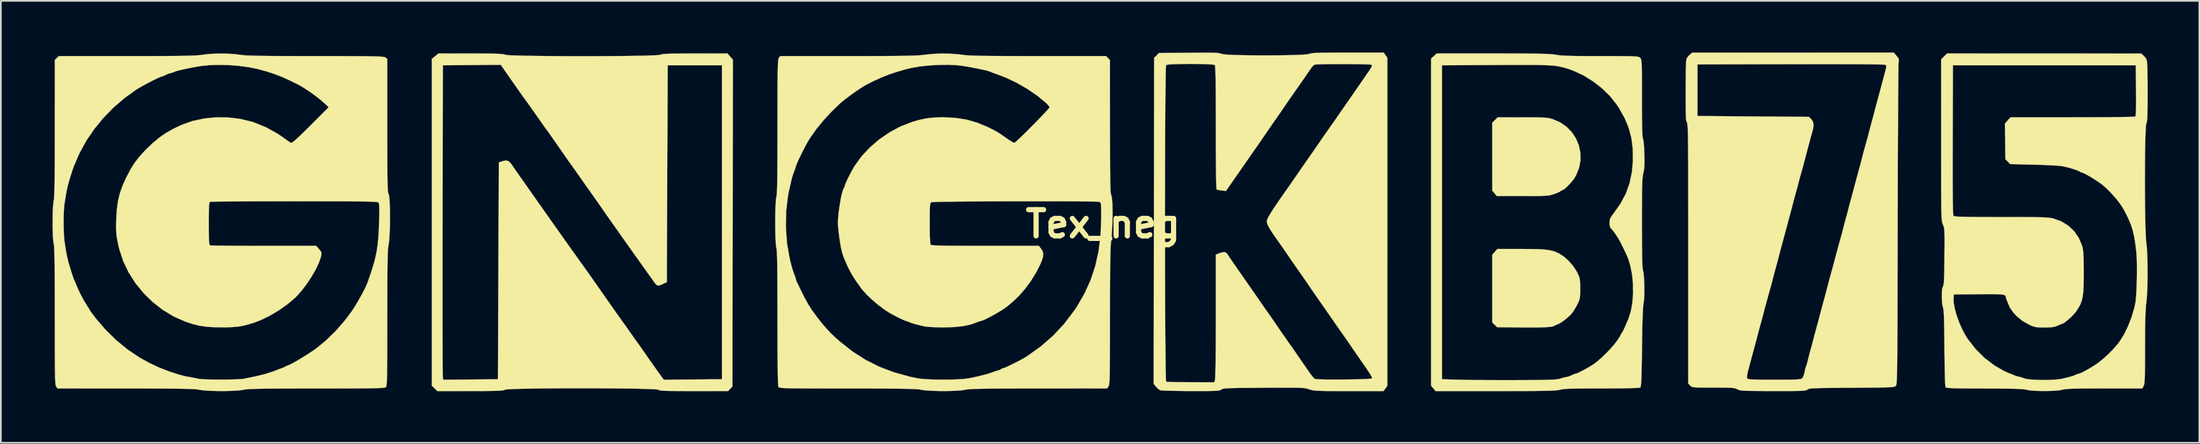
<source format=kicad_pcb>
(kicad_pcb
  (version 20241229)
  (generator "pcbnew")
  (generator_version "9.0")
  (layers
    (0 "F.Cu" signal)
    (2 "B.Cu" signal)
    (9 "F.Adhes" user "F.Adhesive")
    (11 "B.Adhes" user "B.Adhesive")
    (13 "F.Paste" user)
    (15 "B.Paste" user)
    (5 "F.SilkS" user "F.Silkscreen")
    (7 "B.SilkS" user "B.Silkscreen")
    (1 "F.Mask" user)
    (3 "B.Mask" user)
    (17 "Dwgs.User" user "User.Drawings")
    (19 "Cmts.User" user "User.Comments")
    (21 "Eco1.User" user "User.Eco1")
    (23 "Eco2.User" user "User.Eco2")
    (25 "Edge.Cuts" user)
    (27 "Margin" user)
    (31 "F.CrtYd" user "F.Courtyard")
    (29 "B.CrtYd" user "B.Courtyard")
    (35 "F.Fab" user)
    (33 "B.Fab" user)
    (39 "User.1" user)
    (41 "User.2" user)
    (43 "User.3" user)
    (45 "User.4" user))
  (footprint "Tex_neg"
    (layer "F.Cu")
    (at 60.99 9.962)
    (property "Reference" "Tex_neg" (at 0 0 0) (layer "F.SilkS") (effects (font (size 1.524 1.524) (thickness 0.3))))
    (attr through_hole)
    (fp_poly (pts (xy 24.35 -6.197) (xy 24.778 -6.196) (xy 25.119 -6.194) (xy 25.386 -6.189) (xy 25.593 -6.18) (xy 25.753 -6.168) (xy 25.881 -6.151) (xy 25.99 -6.128) (xy 26.094 -6.098) (xy 26.102 -6.096) (xy 26.538 -5.91) (xy 26.913 -5.653) (xy 27.223 -5.336) (xy 27.463 -4.971) (xy 27.631 -4.569) (xy 27.72 -4.144) (xy 27.726 -3.706) (xy 27.646 -3.267) (xy 27.475 -2.84) (xy 27.368 -2.657) (xy 27.27 -2.524) (xy 27.14 -2.372) (xy 26.997 -2.222) (xy 26.862 -2.093) (xy 26.755 -2.007) (xy 26.7 -1.981) (xy 26.626 -1.951) (xy 26.572 -1.912) (xy 26.484 -1.859) (xy 26.333 -1.793) (xy 26.174 -1.734) (xy 26.076 -1.702) (xy 25.979 -1.678) (xy 25.868 -1.659) (xy 25.731 -1.645) (xy 25.555 -1.636) (xy 25.325 -1.63) (xy 25.029 -1.627) (xy 24.654 -1.626) (xy 24.363 -1.626) (xy 22.869 -1.626) (xy 22.738 -1.782) (xy 22.606 -1.938) (xy 22.606 -5.885) (xy 22.762 -6.041) (xy 22.919 -6.198) (xy 24.35 -6.197)) (stroke (width 0.01) (type solid)) (fill yes) (layer "F.SilkS"))
    (fp_poly (pts (xy 24.744 1.45) (xy 25.134 1.456) (xy 25.451 1.469) (xy 25.709 1.49) (xy 25.922 1.52) (xy 26.104 1.562) (xy 26.268 1.617) (xy 26.43 1.687) (xy 26.489 1.716) (xy 26.752 1.884) (xy 27.02 2.122) (xy 27.269 2.402) (xy 27.472 2.698) (xy 27.537 2.819) (xy 27.612 2.979) (xy 27.661 3.108) (xy 27.69 3.235) (xy 27.704 3.39) (xy 27.709 3.602) (xy 27.709 3.759) (xy 27.707 4.017) (xy 27.698 4.2) (xy 27.678 4.338) (xy 27.642 4.458) (xy 27.584 4.587) (xy 27.547 4.661) (xy 27.442 4.856) (xy 27.329 5.042) (xy 27.248 5.16) (xy 27.12 5.301) (xy 26.947 5.458) (xy 26.757 5.61) (xy 26.577 5.734) (xy 26.434 5.809) (xy 26.416 5.816) (xy 26.294 5.864) (xy 26.226 5.904) (xy 26.154 5.938) (xy 26.027 5.965) (xy 25.837 5.986) (xy 25.577 5.999) (xy 25.239 6.007) (xy 24.816 6.01) (xy 24.299 6.007) (xy 24.233 6.006) (xy 22.889 5.993) (xy 22.748 5.857) (xy 22.606 5.721) (xy 22.606 1.78) (xy 22.754 1.614) (xy 22.902 1.448) (xy 24.266 1.448) (xy 24.744 1.45)) (stroke (width 0.01) (type solid)) (fill yes) (layer "F.SilkS"))
    (fp_poly (pts (xy 23.323 -9.906) (xy 23.913 -9.904) (xy 24.418 -9.902) (xy 24.844 -9.899) (xy 25.2 -9.894) (xy 25.494 -9.888) (xy 25.733 -9.88) (xy 25.925 -9.871) (xy 26.078 -9.859) (xy 26.2 -9.846) (xy 26.297 -9.83) (xy 26.421 -9.81) (xy 26.572 -9.794) (xy 26.763 -9.781) (xy 27.001 -9.771) (xy 27.297 -9.763) (xy 27.662 -9.758) (xy 28.104 -9.755) (xy 28.633 -9.754) (xy 28.892 -9.754) (xy 29.423 -9.753) (xy 29.861 -9.753) (xy 30.215 -9.751) (xy 30.497 -9.748) (xy 30.714 -9.743) (xy 30.876 -9.736) (xy 30.993 -9.726) (xy 31.073 -9.713) (xy 31.127 -9.697) (xy 31.163 -9.677) (xy 31.191 -9.653) (xy 31.191 -9.652) (xy 31.215 -9.625) (xy 31.236 -9.589) (xy 31.252 -9.537) (xy 31.265 -9.458) (xy 31.275 -9.343) (xy 31.282 -9.184) (xy 31.287 -8.971) (xy 31.29 -8.694) (xy 31.292 -8.344) (xy 31.293 -7.913) (xy 31.293 -7.391) (xy 31.293 -7.312) (xy 31.294 -6.719) (xy 31.296 -6.222) (xy 31.301 -5.816) (xy 31.308 -5.495) (xy 31.318 -5.254) (xy 31.329 -5.087) (xy 31.344 -4.989) (xy 31.352 -4.962) (xy 31.377 -4.869) (xy 31.399 -4.69) (xy 31.418 -4.444) (xy 31.432 -4.147) (xy 31.435 -4.064) (xy 31.442 -3.72) (xy 31.44 -3.456) (xy 31.427 -3.248) (xy 31.402 -3.075) (xy 31.375 -2.955) (xy 31.356 -2.869) (xy 31.34 -2.767) (xy 31.327 -2.639) (xy 31.317 -2.476) (xy 31.309 -2.269) (xy 31.302 -2.009) (xy 31.298 -1.687) (xy 31.295 -1.294) (xy 31.293 -0.82) (xy 31.293 -0.256) (xy 31.293 -0.05) (xy 31.294 0.617) (xy 31.297 1.185) (xy 31.302 1.657) (xy 31.309 2.037) (xy 31.318 2.326) (xy 31.329 2.529) (xy 31.342 2.648) (xy 31.35 2.676) (xy 31.38 2.806) (xy 31.404 3.012) (xy 31.421 3.273) (xy 31.432 3.564) (xy 31.435 3.862) (xy 31.431 4.142) (xy 31.418 4.381) (xy 31.395 4.555) (xy 31.392 4.572) (xy 31.373 4.697) (xy 31.356 4.904) (xy 31.341 5.197) (xy 31.327 5.579) (xy 31.315 6.052) (xy 31.305 6.622) (xy 31.297 7.152) (xy 31.29 7.705) (xy 31.282 8.164) (xy 31.275 8.539) (xy 31.267 8.838) (xy 31.258 9.069) (xy 31.248 9.24) (xy 31.236 9.361) (xy 31.222 9.439) (xy 31.206 9.484) (xy 31.191 9.501) (xy 31.123 9.512) (xy 30.962 9.522) (xy 30.716 9.531) (xy 30.394 9.538) (xy 30.004 9.544) (xy 29.555 9.548) (xy 29.055 9.55) (xy 28.951 9.55) (xy 28.402 9.55) (xy 27.944 9.552) (xy 27.569 9.556) (xy 27.267 9.562) (xy 27.03 9.57) (xy 26.846 9.58) (xy 26.708 9.593) (xy 26.605 9.609) (xy 26.538 9.626) (xy 26.476 9.641) (xy 26.39 9.654) (xy 26.273 9.665) (xy 26.118 9.675) (xy 25.919 9.682) (xy 25.667 9.688) (xy 25.355 9.693) (xy 24.977 9.697) (xy 24.524 9.699) (xy 23.99 9.701) (xy 23.368 9.702) (xy 22.801 9.702) (xy 19.313 9.703) (xy 19.182 9.547) (xy 19.05 9.39) (xy 19.05 -9.22) (xy 19.685 -9.22) (xy 19.685 9.017) (xy 20.777 9.047) (xy 21.073 9.053) (xy 21.452 9.059) (xy 21.896 9.063) (xy 22.387 9.066) (xy 22.908 9.068) (xy 23.439 9.069) (xy 23.963 9.068) (xy 24.105 9.067) (xy 24.652 9.065) (xy 25.108 9.061) (xy 25.481 9.057) (xy 25.781 9.051) (xy 26.018 9.044) (xy 26.201 9.034) (xy 26.34 9.022) (xy 26.444 9.007) (xy 26.523 8.989) (xy 26.568 8.975) (xy 26.727 8.924) (xy 26.861 8.893) (xy 26.899 8.889) (xy 27.007 8.866) (xy 27.154 8.811) (xy 27.203 8.788) (xy 27.34 8.728) (xy 27.441 8.692) (xy 27.463 8.689) (xy 27.544 8.663) (xy 27.689 8.596) (xy 27.876 8.5) (xy 28.084 8.386) (xy 28.289 8.266) (xy 28.471 8.153) (xy 28.484 8.144) (xy 28.699 7.982) (xy 28.952 7.761) (xy 29.218 7.505) (xy 29.474 7.237) (xy 29.697 6.981) (xy 29.858 6.768) (xy 29.962 6.611) (xy 30.038 6.487) (xy 30.073 6.42) (xy 30.074 6.416) (xy 30.102 6.354) (xy 30.14 6.303) (xy 30.178 6.248) (xy 30.226 6.156) (xy 30.292 6.014) (xy 30.382 5.807) (xy 30.504 5.52) (xy 30.507 5.512) (xy 30.648 5.076) (xy 30.739 4.575) (xy 30.781 4.032) (xy 30.775 3.472) (xy 30.719 2.917) (xy 30.614 2.391) (xy 30.494 2.007) (xy 30.438 1.872) (xy 30.35 1.678) (xy 30.243 1.454) (xy 30.133 1.229) (xy 30.033 1.032) (xy 29.958 0.892) (xy 29.946 0.872) (xy 29.754 0.574) (xy 29.602 0.37) (xy 29.521 0.284) (xy 29.449 0.189) (xy 29.418 0.052) (xy 29.413 -0.064) (xy 29.42 -0.204) (xy 29.451 -0.319) (xy 29.52 -0.441) (xy 29.64 -0.604) (xy 29.658 -0.628) (xy 30.058 -1.197) (xy 30.363 -1.775) (xy 30.579 -2.377) (xy 30.713 -3.02) (xy 30.769 -3.658) (xy 30.763 -4.347) (xy 30.685 -4.98) (xy 30.529 -5.576) (xy 30.291 -6.154) (xy 29.963 -6.736) (xy 29.816 -6.958) (xy 29.437 -7.434) (xy 28.978 -7.882) (xy 28.458 -8.286) (xy 27.9 -8.631) (xy 27.322 -8.901) (xy 27.102 -8.981) (xy 26.94 -9.034) (xy 26.791 -9.08) (xy 26.646 -9.119) (xy 26.497 -9.151) (xy 26.334 -9.178) (xy 26.149 -9.199) (xy 25.933 -9.215) (xy 25.677 -9.227) (xy 25.371 -9.235) (xy 25.009 -9.239) (xy 24.579 -9.241) (xy 24.074 -9.241) (xy 23.485 -9.239) (xy 22.835 -9.236) (xy 19.685 -9.22) (xy 19.05 -9.22) (xy 19.05 -9.607) (xy 19.214 -9.756) (xy 19.377 -9.906) (xy 22.638 -9.906) (xy 23.323 -9.906)) (stroke (width 0.01) (type solid)) (fill yes) (layer "F.SilkS"))
    (fp_poly (pts (xy -36.704 -9.904) (xy -36.198 -9.903) (xy -35.785 -9.901) (xy -35.454 -9.896) (xy -35.196 -9.89) (xy -35.002 -9.881) (xy -34.863 -9.869) (xy -34.768 -9.854) (xy -34.709 -9.836) (xy -34.696 -9.83) (xy -34.622 -9.816) (xy -34.454 -9.803) (xy -34.204 -9.792) (xy -33.879 -9.782) (xy -33.488 -9.773) (xy -33.042 -9.766) (xy -32.549 -9.76) (xy -32.018 -9.755) (xy -31.459 -9.751) (xy -30.88 -9.749) (xy -30.29 -9.748) (xy -29.699 -9.749) (xy -29.115 -9.751) (xy -28.549 -9.754) (xy -28.008 -9.758) (xy -27.503 -9.764) (xy -27.042 -9.771) (xy -26.634 -9.779) (xy -26.288 -9.789) (xy -26.014 -9.8) (xy -25.821 -9.812) (xy -25.717 -9.825) (xy -25.705 -9.83) (xy -25.654 -9.849) (xy -25.571 -9.865) (xy -25.446 -9.878) (xy -25.269 -9.887) (xy -25.032 -9.895) (xy -24.724 -9.899) (xy -24.336 -9.902) (xy -23.86 -9.904) (xy -23.691 -9.904) (xy -21.804 -9.906) (xy -21.488 -9.546) (xy -21.501 -0.056) (xy -21.514 9.433) (xy -21.641 9.567) (xy -21.768 9.701) (xy -23.755 9.702) (xy -24.266 9.702) (xy -24.684 9.7) (xy -25.019 9.697) (xy -25.281 9.693) (xy -25.477 9.686) (xy -25.619 9.676) (xy -25.714 9.664) (xy -25.773 9.649) (xy -25.804 9.63) (xy -25.806 9.627) (xy -25.868 9.612) (xy -26.023 9.599) (xy -26.261 9.587) (xy -26.574 9.577) (xy -26.952 9.567) (xy -27.387 9.559) (xy -27.869 9.553) (xy -28.39 9.548) (xy -28.941 9.544) (xy -29.512 9.542) (xy -30.095 9.54) (xy -30.681 9.541) (xy -31.26 9.542) (xy -31.824 9.545) (xy -32.364 9.549) (xy -32.87 9.555) (xy -33.333 9.562) (xy -33.746 9.57) (xy -34.098 9.58) (xy -34.38 9.591) (xy -34.585 9.604) (xy -34.702 9.617) (xy -34.725 9.625) (xy -34.765 9.645) (xy -34.834 9.661) (xy -34.941 9.673) (xy -35.096 9.683) (xy -35.309 9.691) (xy -35.588 9.696) (xy -35.944 9.699) (xy -36.385 9.701) (xy -36.737 9.701) (xy -38.651 9.703) (xy -38.807 9.546) (xy -38.964 9.39) (xy -38.964 3.421) (xy -38.346 3.421) (xy -38.346 4.234) (xy -38.345 5.001) (xy -38.345 5.715) (xy -38.344 6.371) (xy -38.343 6.964) (xy -38.341 7.489) (xy -38.339 7.941) (xy -38.337 8.315) (xy -38.335 8.605) (xy -38.333 8.806) (xy -38.33 8.913) (xy -38.329 8.929) (xy -38.301 9.044) (xy -35.128 9.017) (xy -35.103 2.718) (xy -35.077 -3.581) (xy -34.875 -3.647) (xy -34.689 -3.69) (xy -34.547 -3.669) (xy -34.422 -3.573) (xy -34.306 -3.418) (xy -34.184 -3.238) (xy -34.041 -3.031) (xy -33.945 -2.896) (xy -33.847 -2.757) (xy -33.706 -2.557) (xy -33.537 -2.317) (xy -33.355 -2.058) (xy -33.248 -1.905) (xy -32.839 -1.323) (xy -32.424 -0.734) (xy -32.011 -0.148) (xy -31.608 0.421) (xy -31.224 0.963) (xy -30.867 1.466) (xy -30.545 1.917) (xy -30.267 2.305) (xy -30.099 2.538) (xy -29.938 2.762) (xy -29.761 3.012) (xy -29.605 3.234) (xy -29.605 3.235) (xy -29.483 3.41) (xy -29.323 3.639) (xy -29.143 3.895) (xy -28.963 4.152) (xy -28.936 4.191) (xy -28.767 4.432) (xy -28.603 4.666) (xy -28.46 4.869) (xy -28.356 5.018) (xy -28.338 5.044) (xy -28.224 5.206) (xy -28.079 5.41) (xy -27.932 5.615) (xy -27.915 5.639) (xy -27.768 5.843) (xy -27.618 6.055) (xy -27.494 6.233) (xy -27.483 6.248) (xy -27.364 6.419) (xy -27.215 6.629) (xy -27.066 6.837) (xy -27.051 6.858) (xy -26.904 7.062) (xy -26.754 7.274) (xy -26.63 7.451) (xy -26.619 7.466) (xy -26.34 7.869) (xy -26.106 8.201) (xy -25.909 8.479) (xy -25.736 8.718) (xy -25.731 8.726) (xy -25.498 9.044) (xy -23.811 9.03) (xy -22.123 9.017) (xy -22.123 -9.22) (xy -25.273 -9.22) (xy -25.324 3.377) (xy -25.502 3.46) (xy -25.687 3.543) (xy -25.81 3.575) (xy -25.901 3.55) (xy -25.99 3.462) (xy -26.089 3.326) (xy -26.228 3.13) (xy -26.377 2.923) (xy -26.467 2.797) (xy -26.578 2.642) (xy -26.675 2.504) (xy -26.721 2.438) (xy -26.793 2.335) (xy -26.898 2.189) (xy -26.975 2.083) (xy -27.086 1.929) (xy -27.184 1.792) (xy -27.229 1.727) (xy -27.301 1.624) (xy -27.405 1.477) (xy -27.483 1.369) (xy -27.577 1.237) (xy -27.71 1.051) (xy -27.884 0.804) (xy -28.105 0.491) (xy -28.375 0.108) (xy -28.699 -0.353) (xy -28.753 -0.43) (xy -28.893 -0.63) (xy -29.037 -0.836) (xy -29.15 -1) (xy -29.241 -1.13) (xy -29.374 -1.321) (xy -29.536 -1.55) (xy -29.708 -1.794) (xy -29.769 -1.88) (xy -29.942 -2.124) (xy -30.109 -2.36) (xy -30.254 -2.567) (xy -30.362 -2.72) (xy -30.388 -2.758) (xy -30.502 -2.92) (xy -30.646 -3.124) (xy -30.793 -3.329) (xy -30.81 -3.353) (xy -30.957 -3.558) (xy -31.107 -3.77) (xy -31.231 -3.948) (xy -31.242 -3.964) (xy -31.365 -4.142) (xy -31.513 -4.356) (xy -31.648 -4.549) (xy -31.79 -4.752) (xy -31.938 -4.964) (xy -32.055 -5.132) (xy -32.164 -5.287) (xy -32.26 -5.421) (xy -32.309 -5.486) (xy -32.379 -5.581) (xy -32.481 -5.724) (xy -32.563 -5.842) (xy -32.699 -6.037) (xy -32.847 -6.247) (xy -32.918 -6.347) (xy -33.029 -6.502) (xy -33.127 -6.64) (xy -33.172 -6.706) (xy -33.244 -6.809) (xy -33.348 -6.955) (xy -33.464 -7.115) (xy -33.57 -7.262) (xy -33.648 -7.367) (xy -33.667 -7.391) (xy -33.723 -7.469) (xy -33.792 -7.569) (xy -33.863 -7.672) (xy -33.971 -7.827) (xy -34.094 -8.002) (xy -34.112 -8.026) (xy -34.247 -8.219) (xy -34.414 -8.456) (xy -34.583 -8.698) (xy -34.654 -8.802) (xy -34.962 -9.247) (xy -36.646 -9.234) (xy -38.329 -9.22) (xy -38.342 -0.203) (xy -38.344 0.748) (xy -38.345 1.672) (xy -38.345 2.565) (xy -38.346 3.421) (xy -38.964 3.421) (xy -38.964 -9.594) (xy -38.774 -9.75) (xy -38.585 -9.906) (xy -36.704 -9.904)) (stroke (width 0.01) (type solid)) (fill yes) (layer "F.SilkS"))
    (fp_poly (pts (xy 46.075 -9.772) (xy 46.174 -9.646) (xy 46.211 -9.548) (xy 46.201 -9.44) (xy 46.199 -9.429) (xy 46.194 -9.362) (xy 46.19 -9.199) (xy 46.186 -8.945) (xy 46.182 -8.605) (xy 46.178 -8.183) (xy 46.173 -7.686) (xy 46.169 -7.117) (xy 46.165 -6.484) (xy 46.162 -5.789) (xy 46.158 -5.04) (xy 46.155 -4.24) (xy 46.151 -3.396) (xy 46.149 -2.511) (xy 46.146 -1.592) (xy 46.144 -0.643) (xy 46.142 0.022) (xy 46.14 1.163) (xy 46.138 2.206) (xy 46.136 3.157) (xy 46.134 4.019) (xy 46.132 4.797) (xy 46.13 5.495) (xy 46.128 6.118) (xy 46.125 6.669) (xy 46.122 7.155) (xy 46.119 7.578) (xy 46.116 7.943) (xy 46.112 8.255) (xy 46.108 8.518) (xy 46.103 8.735) (xy 46.097 8.913) (xy 46.091 9.055) (xy 46.084 9.165) (xy 46.077 9.248) (xy 46.069 9.308) (xy 46.059 9.35) (xy 46.049 9.377) (xy 46.038 9.395) (xy 46.028 9.406) (xy 46 9.426) (xy 45.958 9.444) (xy 45.894 9.458) (xy 45.798 9.47) (xy 45.663 9.48) (xy 45.479 9.488) (xy 45.237 9.494) (xy 44.93 9.499) (xy 44.548 9.503) (xy 44.083 9.507) (xy 43.525 9.51) (xy 43.469 9.51) (xy 42.902 9.514) (xy 42.428 9.518) (xy 42.038 9.522) (xy 41.724 9.527) (xy 41.476 9.533) (xy 41.287 9.541) (xy 41.147 9.55) (xy 41.048 9.562) (xy 40.981 9.576) (xy 40.937 9.593) (xy 40.908 9.614) (xy 40.908 9.614) (xy 40.876 9.637) (xy 40.829 9.656) (xy 40.756 9.67) (xy 40.649 9.682) (xy 40.497 9.69) (xy 40.289 9.695) (xy 40.017 9.699) (xy 39.669 9.7) (xy 39.236 9.7) (xy 38.909 9.7) (xy 38.417 9.699) (xy 38.016 9.697) (xy 37.695 9.694) (xy 37.445 9.689) (xy 37.254 9.682) (xy 37.112 9.673) (xy 37.009 9.659) (xy 36.934 9.643) (xy 36.876 9.621) (xy 36.831 9.598) (xy 36.767 9.567) (xy 36.694 9.543) (xy 36.597 9.526) (xy 36.463 9.513) (xy 36.278 9.506) (xy 36.028 9.502) (xy 35.699 9.5) (xy 35.43 9.5) (xy 35.047 9.499) (xy 34.752 9.498) (xy 34.532 9.494) (xy 34.375 9.487) (xy 34.268 9.475) (xy 34.197 9.457) (xy 34.149 9.432) (xy 34.112 9.399) (xy 34.096 9.382) (xy 33.985 9.264) (xy 33.985 1.717) (xy 33.985 0.684) (xy 33.985 -0.252) (xy 33.984 -1.096) (xy 33.983 -1.852) (xy 33.982 -2.526) (xy 33.981 -3.122) (xy 33.979 -3.644) (xy 33.976 -4.098) (xy 33.973 -4.487) (xy 33.969 -4.817) (xy 33.965 -5.093) (xy 33.96 -5.319) (xy 33.954 -5.499) (xy 33.948 -5.639) (xy 33.941 -5.743) (xy 33.932 -5.816) (xy 33.923 -5.863) (xy 33.913 -5.888) (xy 33.909 -5.893) (xy 33.888 -5.922) (xy 33.872 -5.979) (xy 33.859 -6.072) (xy 33.849 -6.213) (xy 33.842 -6.41) (xy 33.837 -6.673) (xy 33.834 -7.013) (xy 33.833 -7.439) (xy 33.833 -7.731) (xy 33.834 -8.281) (xy 33.839 -8.733) (xy 33.846 -9.089) (xy 33.854 -9.271) (xy 34.519 -9.271) (xy 34.519 -6.274) (xy 40.993 -6.223) (xy 41.127 -6.09) (xy 41.221 -5.955) (xy 41.258 -5.786) (xy 41.238 -5.565) (xy 41.18 -5.329) (xy 41.109 -5.08) (xy 41.031 -4.797) (xy 40.94 -4.457) (xy 40.843 -4.089) (xy 40.747 -3.726) (xy 40.67 -3.437) (xy 40.605 -3.198) (xy 40.546 -2.984) (xy 40.52 -2.896) (xy 40.47 -2.716) (xy 40.428 -2.558) (xy 40.411 -2.489) (xy 40.381 -2.369) (xy 40.335 -2.197) (xy 40.304 -2.083) (xy 40.169 -1.599) (xy 40.061 -1.19) (xy 40.03 -1.067) (xy 39.981 -0.879) (xy 39.923 -0.66) (xy 39.896 -0.559) (xy 39.837 -0.343) (xy 39.776 -0.116) (xy 39.752 -0.025) (xy 39.677 0.252) (xy 39.585 0.595) (xy 39.483 0.972) (xy 39.381 1.35) (xy 39.365 1.41) (xy 39.307 1.624) (xy 39.255 1.823) (xy 39.217 1.969) (xy 39.214 1.981) (xy 39.179 2.119) (xy 39.127 2.314) (xy 39.068 2.525) (xy 39.064 2.54) (xy 39.005 2.756) (xy 38.95 2.964) (xy 38.911 3.119) (xy 38.91 3.124) (xy 38.867 3.297) (xy 38.812 3.503) (xy 38.786 3.594) (xy 38.726 3.805) (xy 38.661 4.042) (xy 38.63 4.153) (xy 38.571 4.37) (xy 38.508 4.596) (xy 38.48 4.699) (xy 38.432 4.873) (xy 38.392 5.027) (xy 38.379 5.08) (xy 38.362 5.154) (xy 38.336 5.253) (xy 38.299 5.393) (xy 38.244 5.591) (xy 38.169 5.864) (xy 38.133 5.994) (xy 38.076 6.202) (xy 38.02 6.414) (xy 37.998 6.502) (xy 37.947 6.698) (xy 37.89 6.915) (xy 37.871 6.985) (xy 37.823 7.161) (xy 37.761 7.39) (xy 37.698 7.623) (xy 37.692 7.645) (xy 37.628 7.882) (xy 37.564 8.123) (xy 37.511 8.319) (xy 37.508 8.331) (xy 37.442 8.584) (xy 37.405 8.759) (xy 37.393 8.876) (xy 37.403 8.953) (xy 37.407 8.966) (xy 37.427 8.988) (xy 37.474 9.005) (xy 37.56 9.019) (xy 37.695 9.028) (xy 37.888 9.035) (xy 38.151 9.039) (xy 38.494 9.042) (xy 38.926 9.042) (xy 38.98 9.042) (xy 39.418 9.042) (xy 39.767 9.04) (xy 40.036 9.037) (xy 40.237 9.031) (xy 40.381 9.022) (xy 40.479 9.01) (xy 40.543 8.993) (xy 40.584 8.971) (xy 40.606 8.95) (xy 40.664 8.848) (xy 40.718 8.689) (xy 40.741 8.59) (xy 40.775 8.429) (xy 40.809 8.308) (xy 40.825 8.268) (xy 40.855 8.191) (xy 40.894 8.05) (xy 40.924 7.929) (xy 40.972 7.732) (xy 41.034 7.49) (xy 41.096 7.264) (xy 41.154 7.053) (xy 41.208 6.856) (xy 41.245 6.713) (xy 41.246 6.706) (xy 41.281 6.571) (xy 41.333 6.376) (xy 41.392 6.16) (xy 41.402 6.121) (xy 41.465 5.89) (xy 41.528 5.66) (xy 41.577 5.476) (xy 41.581 5.461) (xy 41.64 5.236) (xy 41.716 4.95) (xy 41.8 4.637) (xy 41.882 4.335) (xy 41.935 4.14) (xy 41.99 3.934) (xy 42.045 3.722) (xy 42.062 3.658) (xy 42.103 3.498) (xy 42.153 3.309) (xy 42.218 3.07) (xy 42.303 2.761) (xy 42.34 2.629) (xy 42.39 2.445) (xy 42.453 2.211) (xy 42.516 1.975) (xy 42.521 1.956) (xy 42.633 1.537) (xy 42.726 1.192) (xy 42.808 0.896) (xy 42.85 0.749) (xy 42.905 0.551) (xy 42.956 0.354) (xy 42.974 0.279) (xy 43.012 0.128) (xy 43.066 -0.078) (xy 43.125 -0.295) (xy 43.128 -0.305) (xy 43.186 -0.516) (xy 43.24 -0.713) (xy 43.277 -0.856) (xy 43.278 -0.864) (xy 43.313 -0.998) (xy 43.364 -1.193) (xy 43.422 -1.409) (xy 43.433 -1.448) (xy 43.496 -1.679) (xy 43.558 -1.91) (xy 43.607 -2.093) (xy 43.611 -2.108) (xy 43.689 -2.399) (xy 43.773 -2.714) (xy 43.856 -3.021) (xy 43.928 -3.287) (xy 43.967 -3.429) (xy 44.022 -3.635) (xy 44.077 -3.847) (xy 44.094 -3.912) (xy 44.179 -4.241) (xy 44.288 -4.636) (xy 44.374 -4.94) (xy 44.429 -5.139) (xy 44.48 -5.335) (xy 44.498 -5.41) (xy 44.536 -5.562) (xy 44.59 -5.768) (xy 44.649 -5.985) (xy 44.652 -5.994) (xy 44.71 -6.206) (xy 44.764 -6.403) (xy 44.801 -6.546) (xy 44.802 -6.553) (xy 44.837 -6.688) (xy 44.888 -6.883) (xy 44.946 -7.099) (xy 44.957 -7.137) (xy 45.02 -7.369) (xy 45.082 -7.599) (xy 45.131 -7.783) (xy 45.135 -7.798) (xy 45.182 -7.974) (xy 45.244 -8.202) (xy 45.306 -8.436) (xy 45.312 -8.458) (xy 45.388 -8.74) (xy 45.44 -8.939) (xy 45.47 -9.071) (xy 45.482 -9.153) (xy 45.479 -9.2) (xy 45.461 -9.227) (xy 45.442 -9.244) (xy 45.384 -9.254) (xy 45.234 -9.262) (xy 44.99 -9.269) (xy 44.652 -9.275) (xy 44.219 -9.28) (xy 43.689 -9.283) (xy 43.063 -9.285) (xy 42.338 -9.286) (xy 41.514 -9.286) (xy 40.59 -9.285) (xy 39.949 -9.284) (xy 34.519 -9.271) (xy 33.854 -9.271) (xy 33.857 -9.353) (xy 33.871 -9.526) (xy 33.888 -9.614) (xy 33.89 -9.617) (xy 33.97 -9.729) (xy 34.081 -9.841) (xy 34.214 -9.953) (xy 40.063 -9.955) (xy 45.913 -9.957) (xy 46.075 -9.772)) (stroke (width 0.01) (type solid)) (fill yes) (layer "F.SilkS"))
    (fp_poly (pts (xy 54.643 -9.904) (xy 60.274 -9.902) (xy 60.411 -9.79) (xy 60.524 -9.667) (xy 60.601 -9.534) (xy 60.617 -9.438) (xy 60.631 -9.246) (xy 60.642 -8.963) (xy 60.649 -8.595) (xy 60.654 -8.147) (xy 60.655 -7.699) (xy 60.654 -7.22) (xy 60.652 -6.831) (xy 60.647 -6.524) (xy 60.64 -6.285) (xy 60.63 -6.106) (xy 60.616 -5.976) (xy 60.598 -5.883) (xy 60.579 -5.824) (xy 60.562 -5.732) (xy 60.547 -5.549) (xy 60.534 -5.285) (xy 60.522 -4.952) (xy 60.513 -4.559) (xy 60.506 -4.119) (xy 60.501 -3.64) (xy 60.498 -3.135) (xy 60.497 -2.613) (xy 60.497 -2.086) (xy 60.5 -1.564) (xy 60.505 -1.057) (xy 60.512 -0.576) (xy 60.521 -0.132) (xy 60.531 0.264) (xy 60.544 0.602) (xy 60.559 0.871) (xy 60.576 1.061) (xy 60.58 1.092) (xy 60.609 1.364) (xy 60.63 1.716) (xy 60.645 2.125) (xy 60.652 2.569) (xy 60.653 3.027) (xy 60.646 3.476) (xy 60.632 3.895) (xy 60.61 4.261) (xy 60.582 4.552) (xy 60.579 4.572) (xy 60.558 4.762) (xy 60.541 5.001) (xy 60.527 5.298) (xy 60.517 5.661) (xy 60.51 6.099) (xy 60.506 6.622) (xy 60.504 7.178) (xy 60.504 7.705) (xy 60.502 8.139) (xy 60.498 8.491) (xy 60.493 8.77) (xy 60.486 8.985) (xy 60.476 9.145) (xy 60.463 9.26) (xy 60.448 9.34) (xy 60.428 9.394) (xy 60.425 9.401) (xy 60.348 9.55) (xy 58.147 9.55) (xy 57.593 9.551) (xy 57.131 9.553) (xy 56.752 9.556) (xy 56.447 9.562) (xy 56.206 9.569) (xy 56.019 9.579) (xy 55.878 9.592) (xy 55.773 9.608) (xy 55.698 9.626) (xy 55.534 9.657) (xy 55.296 9.68) (xy 55.008 9.694) (xy 54.693 9.699) (xy 54.376 9.696) (xy 54.08 9.684) (xy 53.831 9.664) (xy 53.653 9.635) (xy 53.619 9.625) (xy 53.542 9.608) (xy 53.418 9.593) (xy 53.24 9.582) (xy 53 9.572) (xy 52.69 9.565) (xy 52.304 9.56) (xy 51.832 9.556) (xy 51.267 9.554) (xy 51.2 9.554) (xy 50.642 9.553) (xy 50.178 9.55) (xy 49.8 9.546) (xy 49.502 9.54) (xy 49.274 9.532) (xy 49.111 9.522) (xy 49.003 9.51) (xy 48.944 9.495) (xy 48.93 9.485) (xy 48.914 9.415) (xy 48.9 9.244) (xy 48.888 8.972) (xy 48.878 8.601) (xy 48.869 8.131) (xy 48.862 7.563) (xy 48.859 7.212) (xy 48.854 6.622) (xy 48.847 6.127) (xy 48.839 5.723) (xy 48.83 5.403) (xy 48.818 5.161) (xy 48.805 4.992) (xy 48.789 4.89) (xy 48.78 4.862) (xy 48.743 4.726) (xy 48.718 4.53) (xy 48.705 4.303) (xy 48.703 4.072) (xy 48.715 3.863) (xy 48.738 3.705) (xy 48.768 3.632) (xy 48.79 3.592) (xy 48.807 3.521) (xy 48.822 3.41) (xy 48.833 3.249) (xy 48.842 3.026) (xy 48.849 2.733) (xy 48.855 2.358) (xy 48.859 1.9) (xy 48.863 1.447) (xy 48.866 1.083) (xy 48.865 0.797) (xy 48.862 0.577) (xy 48.855 0.411) (xy 48.844 0.288) (xy 48.828 0.195) (xy 48.808 0.121) (xy 48.781 0.054) (xy 48.771 0.031) (xy 48.753 -0.01) (xy 48.737 -0.053) (xy 48.724 -0.106) (xy 48.712 -0.175) (xy 48.702 -0.266) (xy 48.694 -0.386) (xy 48.687 -0.541) (xy 48.681 -0.737) (xy 48.676 -0.982) (xy 48.673 -1.28) (xy 48.67 -1.639) (xy 48.669 -2.066) (xy 48.667 -2.566) (xy 48.667 -3.146) (xy 48.667 -3.32) (xy 49.336 -3.32) (xy 49.336 -2.682) (xy 49.338 -2.133) (xy 49.341 -1.671) (xy 49.345 -1.289) (xy 49.35 -0.986) (xy 49.357 -0.757) (xy 49.365 -0.598) (xy 49.375 -0.505) (xy 49.384 -0.475) (xy 49.412 -0.46) (xy 49.475 -0.447) (xy 49.579 -0.436) (xy 49.731 -0.427) (xy 49.941 -0.42) (xy 50.214 -0.415) (xy 50.558 -0.411) (xy 50.981 -0.408) (xy 51.49 -0.407) (xy 52.092 -0.406) (xy 52.148 -0.406) (xy 52.758 -0.406) (xy 53.275 -0.405) (xy 53.708 -0.403) (xy 54.065 -0.399) (xy 54.357 -0.394) (xy 54.591 -0.387) (xy 54.776 -0.378) (xy 54.922 -0.366) (xy 55.036 -0.352) (xy 55.128 -0.336) (xy 55.176 -0.324) (xy 55.636 -0.157) (xy 56.041 0.09) (xy 56.382 0.409) (xy 56.651 0.791) (xy 56.839 1.228) (xy 56.872 1.342) (xy 56.899 1.478) (xy 56.919 1.658) (xy 56.933 1.897) (xy 56.942 2.205) (xy 56.946 2.596) (xy 56.947 2.819) (xy 56.944 3.289) (xy 56.934 3.672) (xy 56.914 3.984) (xy 56.88 4.24) (xy 56.829 4.457) (xy 56.758 4.649) (xy 56.663 4.831) (xy 56.542 5.02) (xy 56.458 5.137) (xy 56.358 5.255) (xy 56.219 5.394) (xy 56.063 5.535) (xy 55.911 5.661) (xy 55.784 5.753) (xy 55.705 5.791) (xy 55.702 5.791) (xy 55.642 5.811) (xy 55.522 5.86) (xy 55.433 5.9) (xy 55.298 5.952) (xy 55.153 5.985) (xy 54.97 6.003) (xy 54.72 6.008) (xy 54.66 6.009) (xy 54.406 6.006) (xy 54.222 5.993) (xy 54.076 5.966) (xy 53.938 5.92) (xy 53.822 5.869) (xy 53.391 5.63) (xy 53.039 5.34) (xy 52.838 5.108) (xy 52.733 4.963) (xy 52.657 4.849) (xy 52.627 4.79) (xy 52.627 4.79) (xy 52.606 4.723) (xy 52.553 4.602) (xy 52.527 4.547) (xy 52.466 4.403) (xy 52.431 4.287) (xy 52.427 4.261) (xy 52.421 4.205) (xy 52.397 4.161) (xy 52.345 4.127) (xy 52.254 4.102) (xy 52.115 4.086) (xy 51.916 4.076) (xy 51.647 4.072) (xy 51.298 4.072) (xy 50.858 4.076) (xy 50.845 4.076) (xy 49.403 4.089) (xy 49.388 4.356) (xy 49.402 4.623) (xy 49.465 4.95) (xy 49.57 5.317) (xy 49.708 5.701) (xy 49.872 6.078) (xy 50.054 6.427) (xy 50.196 6.655) (xy 50.667 7.263) (xy 51.195 7.787) (xy 51.777 8.227) (xy 52.282 8.517) (xy 52.451 8.599) (xy 52.585 8.66) (xy 52.659 8.687) (xy 52.663 8.687) (xy 52.734 8.709) (xy 52.846 8.761) (xy 52.847 8.761) (xy 52.998 8.822) (xy 53.17 8.868) (xy 53.177 8.869) (xy 53.332 8.907) (xy 53.458 8.952) (xy 53.467 8.956) (xy 53.596 8.995) (xy 53.805 9.025) (xy 54.074 9.046) (xy 54.38 9.058) (xy 54.704 9.06) (xy 55.024 9.053) (xy 55.319 9.036) (xy 55.568 9.008) (xy 55.702 8.983) (xy 55.966 8.92) (xy 56.154 8.872) (xy 56.286 8.834) (xy 56.385 8.799) (xy 56.472 8.761) (xy 56.593 8.711) (xy 56.676 8.687) (xy 56.68 8.687) (xy 56.764 8.661) (xy 56.912 8.591) (xy 57.103 8.488) (xy 57.316 8.365) (xy 57.532 8.232) (xy 57.728 8.102) (xy 57.785 8.062) (xy 58.061 7.843) (xy 58.36 7.571) (xy 58.65 7.275) (xy 58.904 6.987) (xy 59.028 6.825) (xy 59.287 6.409) (xy 59.524 5.923) (xy 59.728 5.397) (xy 59.885 4.86) (xy 59.943 4.597) (xy 59.969 4.401) (xy 59.992 4.124) (xy 60.01 3.787) (xy 60.023 3.411) (xy 60.032 3.016) (xy 60.034 2.624) (xy 60.031 2.255) (xy 60.021 1.93) (xy 60.004 1.669) (xy 60 1.626) (xy 59.942 1.148) (xy 59.878 0.746) (xy 59.799 0.395) (xy 59.697 0.071) (xy 59.565 -0.253) (xy 59.396 -0.601) (xy 59.235 -0.9) (xy 59.063 -1.169) (xy 58.83 -1.47) (xy 58.558 -1.778) (xy 58.271 -2.066) (xy 58.039 -2.27) (xy 57.884 -2.386) (xy 57.689 -2.519) (xy 57.475 -2.656) (xy 57.261 -2.784) (xy 57.069 -2.892) (xy 56.918 -2.967) (xy 56.829 -2.997) (xy 56.826 -2.997) (xy 56.74 -3.024) (xy 56.721 -3.043) (xy 56.658 -3.082) (xy 56.519 -3.136) (xy 56.329 -3.199) (xy 56.111 -3.262) (xy 55.889 -3.319) (xy 55.686 -3.362) (xy 55.677 -3.364) (xy 55.55 -3.379) (xy 55.339 -3.394) (xy 55.061 -3.41) (xy 54.731 -3.425) (xy 54.369 -3.438) (xy 54.04 -3.447) (xy 52.682 -3.48) (xy 52.541 -3.621) (xy 52.4 -3.761) (xy 52.385 -4.797) (xy 52.369 -5.832) (xy 52.53 -6.015) (xy 52.69 -6.198) (xy 56.279 -6.198) (xy 56.875 -6.199) (xy 57.441 -6.201) (xy 57.971 -6.204) (xy 58.454 -6.207) (xy 58.884 -6.212) (xy 59.251 -6.217) (xy 59.548 -6.222) (xy 59.765 -6.228) (xy 59.896 -6.235) (xy 59.932 -6.24) (xy 59.951 -6.275) (xy 59.966 -6.357) (xy 59.977 -6.496) (xy 59.983 -6.701) (xy 59.986 -6.981) (xy 59.986 -7.345) (xy 59.983 -7.75) (xy 59.969 -9.22) (xy 49.352 -9.22) (xy 49.339 -4.882) (xy 49.337 -4.053) (xy 49.336 -3.32) (xy 48.667 -3.32) (xy 48.666 -3.812) (xy 48.666 -4.571) (xy 48.666 -4.879) (xy 48.666 -9.561) (xy 48.839 -9.733) (xy 49.012 -9.906) (xy 54.643 -9.904)) (stroke (width 0.01) (type solid)) (fill yes) (layer "F.SilkS"))
    (fp_poly (pts (xy 16.512 -9.659) (xy 16.512 -0.129) (xy 16.511 9.4) (xy 16.4 9.552) (xy 16.288 9.703) (xy 14.276 9.703) (xy 13.768 9.703) (xy 13.35 9.701) (xy 13.013 9.699) (xy 12.744 9.695) (xy 12.534 9.688) (xy 12.372 9.679) (xy 12.247 9.667) (xy 12.148 9.65) (xy 12.065 9.63) (xy 11.986 9.605) (xy 11.97 9.599) (xy 11.897 9.575) (xy 11.823 9.555) (xy 11.738 9.539) (xy 11.631 9.526) (xy 11.494 9.517) (xy 11.317 9.51) (xy 11.089 9.506) (xy 10.801 9.505) (xy 10.444 9.505) (xy 10.007 9.506) (xy 9.48 9.509) (xy 9.323 9.51) (xy 8.77 9.514) (xy 8.309 9.518) (xy 7.932 9.522) (xy 7.631 9.527) (xy 7.395 9.534) (xy 7.216 9.542) (xy 7.085 9.552) (xy 6.994 9.564) (xy 6.933 9.58) (xy 6.893 9.598) (xy 6.872 9.614) (xy 6.838 9.638) (xy 6.788 9.658) (xy 6.711 9.673) (xy 6.598 9.684) (xy 6.436 9.692) (xy 6.216 9.697) (xy 5.926 9.699) (xy 5.556 9.7) (xy 5.101 9.7) (xy 4.695 9.698) (xy 4.318 9.693) (xy 3.982 9.687) (xy 3.702 9.679) (xy 3.49 9.67) (xy 3.359 9.66) (xy 3.323 9.654) (xy 3.223 9.588) (xy 3.107 9.478) (xy 3.082 9.449) (xy 2.946 9.288) (xy 2.959 -0.181) (xy 2.959 -0.358) (xy 3.601 -0.358) (xy 3.601 0.48) (xy 3.602 1.314) (xy 3.603 2.138) (xy 3.604 2.946) (xy 3.607 3.731) (xy 3.609 4.488) (xy 3.613 5.21) (xy 3.616 5.891) (xy 3.62 6.525) (xy 3.625 7.106) (xy 3.63 7.627) (xy 3.636 8.083) (xy 3.642 8.467) (xy 3.649 8.773) (xy 3.656 8.994) (xy 3.664 9.125) (xy 3.67 9.161) (xy 3.736 9.168) (xy 3.89 9.175) (xy 4.117 9.18) (xy 4.404 9.185) (xy 4.737 9.189) (xy 5.094 9.191) (xy 6.454 9.195) (xy 6.504 9.064) (xy 6.513 8.988) (xy 6.522 8.814) (xy 6.53 8.548) (xy 6.537 8.195) (xy 6.543 7.76) (xy 6.547 7.248) (xy 6.551 6.663) (xy 6.553 6.01) (xy 6.553 5.357) (xy 6.553 1.779) (xy 6.737 1.702) (xy 6.956 1.635) (xy 7.112 1.642) (xy 7.212 1.726) (xy 7.22 1.74) (xy 7.266 1.813) (xy 7.361 1.956) (xy 7.496 2.155) (xy 7.664 2.398) (xy 7.853 2.671) (xy 7.974 2.845) (xy 8.19 3.153) (xy 8.404 3.46) (xy 8.604 3.747) (xy 8.777 3.996) (xy 8.91 4.187) (xy 8.949 4.244) (xy 9.096 4.457) (xy 9.245 4.672) (xy 9.371 4.853) (xy 9.407 4.905) (xy 9.705 5.33) (xy 9.953 5.688) (xy 10.163 5.994) (xy 10.267 6.147) (xy 10.376 6.306) (xy 10.462 6.43) (xy 10.511 6.497) (xy 10.516 6.502) (xy 10.556 6.556) (xy 10.633 6.666) (xy 10.693 6.756) (xy 10.783 6.889) (xy 10.85 6.983) (xy 10.872 7.01) (xy 10.91 7.061) (xy 10.991 7.176) (xy 11.101 7.336) (xy 11.174 7.442) (xy 11.32 7.656) (xy 11.468 7.872) (xy 11.594 8.054) (xy 11.628 8.103) (xy 11.755 8.287) (xy 11.903 8.5) (xy 12.008 8.652) (xy 12.122 8.807) (xy 12.228 8.931) (xy 12.301 8.995) (xy 12.376 9.009) (xy 12.535 9.02) (xy 12.763 9.027) (xy 13.044 9.032) (xy 13.366 9.034) (xy 13.712 9.034) (xy 14.069 9.031) (xy 14.422 9.026) (xy 14.755 9.019) (xy 15.055 9.01) (xy 15.307 8.999) (xy 15.496 8.986) (xy 15.607 8.972) (xy 15.631 8.962) (xy 15.612 8.893) (xy 15.535 8.751) (xy 15.397 8.534) (xy 15.197 8.24) (xy 15.012 7.976) (xy 14.895 7.81) (xy 14.746 7.594) (xy 14.587 7.362) (xy 14.503 7.239) (xy 14.356 7.023) (xy 14.223 6.829) (xy 14.088 6.635) (xy 13.935 6.416) (xy 13.749 6.151) (xy 13.63 5.982) (xy 13.5 5.796) (xy 13.348 5.577) (xy 13.223 5.396) (xy 13.083 5.194) (xy 12.937 4.983) (xy 12.826 4.824) (xy 12.692 4.634) (xy 12.543 4.421) (xy 12.462 4.305) (xy 12.351 4.146) (xy 12.206 3.935) (xy 12.05 3.707) (xy 11.964 3.581) (xy 11.812 3.358) (xy 11.657 3.134) (xy 11.524 2.941) (xy 11.465 2.857) (xy 11.236 2.531) (xy 11.038 2.247) (xy 10.845 1.966) (xy 10.629 1.651) (xy 10.465 1.413) (xy 10.288 1.159) (xy 10.126 0.928) (xy 10.062 0.838) (xy 9.845 0.527) (xy 9.688 0.282) (xy 9.584 0.092) (xy 9.528 -0.057) (xy 9.515 -0.174) (xy 9.52 -0.216) (xy 9.568 -0.337) (xy 9.678 -0.535) (xy 9.849 -0.81) (xy 10.081 -1.159) (xy 10.371 -1.581) (xy 10.43 -1.664) (xy 10.634 -1.955) (xy 10.795 -2.184) (xy 10.927 -2.373) (xy 11.045 -2.543) (xy 11.164 -2.714) (xy 11.297 -2.908) (xy 11.341 -2.972) (xy 11.503 -3.207) (xy 11.67 -3.447) (xy 11.818 -3.66) (xy 11.906 -3.785) (xy 12.028 -3.959) (xy 12.183 -4.183) (xy 12.349 -4.423) (xy 12.452 -4.572) (xy 12.603 -4.792) (xy 12.737 -4.987) (xy 12.87 -5.178) (xy 13.019 -5.39) (xy 13.199 -5.647) (xy 13.345 -5.855) (xy 13.475 -6.04) (xy 13.627 -6.259) (xy 13.752 -6.44) (xy 13.889 -6.639) (xy 14.032 -6.844) (xy 14.14 -6.999) (xy 14.266 -7.18) (xy 14.435 -7.424) (xy 14.632 -7.708) (xy 14.842 -8.012) (xy 15.051 -8.315) (xy 15.244 -8.595) (xy 15.406 -8.831) (xy 15.51 -8.984) (xy 15.595 -9.12) (xy 15.622 -9.2) (xy 15.597 -9.245) (xy 15.59 -9.25) (xy 15.523 -9.261) (xy 15.37 -9.27) (xy 15.146 -9.278) (xy 14.865 -9.284) (xy 14.543 -9.288) (xy 14.195 -9.29) (xy 13.836 -9.291) (xy 13.481 -9.29) (xy 13.146 -9.288) (xy 12.845 -9.283) (xy 12.594 -9.277) (xy 12.407 -9.269) (xy 12.3 -9.259) (xy 12.284 -9.255) (xy 12.203 -9.193) (xy 12.105 -9.08) (xy 12.078 -9.042) (xy 11.894 -8.774) (xy 11.692 -8.481) (xy 11.495 -8.198) (xy 11.329 -7.96) (xy 11.313 -7.938) (xy 11.102 -7.637) (xy 10.933 -7.396) (xy 10.791 -7.192) (xy 10.659 -7.001) (xy 10.521 -6.799) (xy 10.44 -6.68) (xy 10.286 -6.455) (xy 10.129 -6.226) (xy 9.991 -6.028) (xy 9.931 -5.944) (xy 9.815 -5.778) (xy 9.666 -5.562) (xy 9.507 -5.331) (xy 9.423 -5.207) (xy 9.269 -4.982) (xy 9.112 -4.753) (xy 8.974 -4.555) (xy 8.915 -4.47) (xy 8.786 -4.287) (xy 8.656 -4.101) (xy 8.578 -3.988) (xy 8.496 -3.87) (xy 8.372 -3.691) (xy 8.221 -3.474) (xy 8.06 -3.242) (xy 8.031 -3.2) (xy 7.856 -2.949) (xy 7.677 -2.692) (xy 7.515 -2.457) (xy 7.389 -2.275) (xy 7.383 -2.267) (xy 7.143 -1.919) (xy 6.898 -1.948) (xy 6.743 -1.971) (xy 6.631 -1.996) (xy 6.603 -2.007) (xy 6.593 -2.064) (xy 6.583 -2.22) (xy 6.575 -2.471) (xy 6.568 -2.814) (xy 6.563 -3.247) (xy 6.558 -3.766) (xy 6.555 -4.368) (xy 6.554 -5.05) (xy 6.553 -5.606) (xy 6.553 -6.337) (xy 6.551 -6.972) (xy 6.549 -7.516) (xy 6.546 -7.974) (xy 6.541 -8.352) (xy 6.535 -8.655) (xy 6.528 -8.889) (xy 6.519 -9.058) (xy 6.509 -9.169) (xy 6.497 -9.226) (xy 6.492 -9.235) (xy 6.423 -9.255) (xy 6.269 -9.271) (xy 6.046 -9.283) (xy 5.771 -9.293) (xy 5.461 -9.298) (xy 5.131 -9.301) (xy 4.799 -9.299) (xy 4.481 -9.295) (xy 4.194 -9.287) (xy 3.953 -9.275) (xy 3.776 -9.26) (xy 3.679 -9.242) (xy 3.668 -9.235) (xy 3.66 -9.178) (xy 3.652 -9.024) (xy 3.645 -8.782) (xy 3.639 -8.458) (xy 3.633 -8.056) (xy 3.627 -7.585) (xy 3.622 -7.049) (xy 3.618 -6.455) (xy 3.614 -5.809) (xy 3.61 -5.118) (xy 3.608 -4.387) (xy 3.605 -3.623) (xy 3.603 -2.832) (xy 3.602 -2.02) (xy 3.601 -1.193) (xy 3.601 -0.358) (xy 2.959 -0.358) (xy 2.972 -9.65) (xy 3.113 -9.791) (xy 3.253 -9.931) (xy 5.011 -9.946) (xy 5.49 -9.949) (xy 5.877 -9.951) (xy 6.184 -9.95) (xy 6.42 -9.946) (xy 6.595 -9.939) (xy 6.721 -9.928) (xy 6.807 -9.914) (xy 6.864 -9.896) (xy 6.888 -9.883) (xy 6.969 -9.863) (xy 7.139 -9.845) (xy 7.386 -9.83) (xy 7.698 -9.818) (xy 8.061 -9.808) (xy 8.465 -9.801) (xy 8.895 -9.797) (xy 9.34 -9.795) (xy 9.788 -9.796) (xy 10.226 -9.799) (xy 10.642 -9.805) (xy 11.023 -9.813) (xy 11.357 -9.824) (xy 11.631 -9.838) (xy 11.834 -9.855) (xy 11.952 -9.874) (xy 11.97 -9.88) (xy 12.021 -9.9) (xy 12.098 -9.915) (xy 12.211 -9.928) (xy 12.368 -9.938) (xy 12.581 -9.945) (xy 12.856 -9.951) (xy 13.205 -9.954) (xy 13.636 -9.956) (xy 14.159 -9.956) (xy 14.208 -9.956) (xy 16.3 -9.957) (xy 16.512 -9.659)) (stroke (width 0.01) (type solid)) (fill yes) (layer "F.SilkS"))
    (fp_poly (pts (xy -50.543 -9.879) (xy -50.149 -9.836) (xy -50.114 -9.83) (xy -50.011 -9.816) (xy -49.883 -9.804) (xy -49.724 -9.793) (xy -49.527 -9.784) (xy -49.285 -9.776) (xy -48.99 -9.77) (xy -48.636 -9.765) (xy -48.216 -9.761) (xy -47.722 -9.758) (xy -47.148 -9.756) (xy -46.487 -9.755) (xy -45.731 -9.754) (xy -45.719 -9.754) (xy -44.985 -9.754) (xy -44.347 -9.753) (xy -43.796 -9.752) (xy -43.327 -9.75) (xy -42.933 -9.747) (xy -42.608 -9.744) (xy -42.343 -9.739) (xy -42.134 -9.733) (xy -41.973 -9.725) (xy -41.853 -9.716) (xy -41.768 -9.706) (xy -41.711 -9.694) (xy -41.676 -9.68) (xy -41.667 -9.675) (xy -41.554 -9.595) (xy -41.554 -5.722) (xy -41.554 -4.991) (xy -41.553 -4.355) (xy -41.552 -3.807) (xy -41.55 -3.341) (xy -41.547 -2.95) (xy -41.543 -2.629) (xy -41.538 -2.369) (xy -41.531 -2.164) (xy -41.524 -2.009) (xy -41.514 -1.896) (xy -41.504 -1.819) (xy -41.491 -1.771) (xy -41.48 -1.75) (xy -41.454 -1.664) (xy -41.432 -1.492) (xy -41.416 -1.253) (xy -41.405 -0.961) (xy -41.399 -0.634) (xy -41.398 -0.288) (xy -41.402 0.061) (xy -41.411 0.396) (xy -41.426 0.701) (xy -41.445 0.959) (xy -41.47 1.154) (xy -41.477 1.194) (xy -41.492 1.276) (xy -41.504 1.381) (xy -41.515 1.516) (xy -41.524 1.689) (xy -41.532 1.906) (xy -41.538 2.174) (xy -41.543 2.5) (xy -41.547 2.891) (xy -41.55 3.354) (xy -41.552 3.896) (xy -41.553 4.524) (xy -41.553 5.244) (xy -41.554 5.47) (xy -41.554 6.2) (xy -41.555 6.835) (xy -41.556 7.382) (xy -41.558 7.848) (xy -41.56 8.238) (xy -41.564 8.56) (xy -41.569 8.821) (xy -41.575 9.026) (xy -41.582 9.183) (xy -41.591 9.299) (xy -41.601 9.379) (xy -41.613 9.432) (xy -41.627 9.462) (xy -41.634 9.471) (xy -41.657 9.485) (xy -41.699 9.498) (xy -41.766 9.509) (xy -41.865 9.519) (xy -42.002 9.527) (xy -42.185 9.533) (xy -42.42 9.539) (xy -42.713 9.543) (xy -43.071 9.546) (xy -43.501 9.549) (xy -44.01 9.55) (xy -44.604 9.551) (xy -45.289 9.552) (xy -45.66 9.552) (xy -46.411 9.553) (xy -47.068 9.554) (xy -47.636 9.556) (xy -48.123 9.559) (xy -48.535 9.562) (xy -48.88 9.567) (xy -49.163 9.573) (xy -49.391 9.58) (xy -49.572 9.589) (xy -49.712 9.599) (xy -49.818 9.611) (xy -49.896 9.624) (xy -49.911 9.628) (xy -50.094 9.657) (xy -50.355 9.679) (xy -50.672 9.693) (xy -51.022 9.7) (xy -51.382 9.699) (xy -51.731 9.691) (xy -52.045 9.676) (xy -52.302 9.653) (xy -52.476 9.624) (xy -52.548 9.611) (xy -52.652 9.599) (xy -52.795 9.589) (xy -52.984 9.581) (xy -53.224 9.574) (xy -53.523 9.568) (xy -53.886 9.563) (xy -54.32 9.559) (xy -54.832 9.556) (xy -55.427 9.554) (xy -56.113 9.553) (xy -56.728 9.553) (xy -60.7 9.55) (xy -60.779 9.437) (xy -60.794 9.408) (xy -60.807 9.359) (xy -60.818 9.285) (xy -60.827 9.178) (xy -60.835 9.032) (xy -60.841 8.84) (xy -60.846 8.597) (xy -60.851 8.294) (xy -60.854 7.926) (xy -60.856 7.485) (xy -60.857 6.966) (xy -60.858 6.361) (xy -60.859 5.664) (xy -60.859 5.335) (xy -60.859 4.552) (xy -60.86 3.865) (xy -60.863 3.268) (xy -60.866 2.758) (xy -60.87 2.328) (xy -60.876 1.973) (xy -60.882 1.687) (xy -60.89 1.466) (xy -60.9 1.305) (xy -60.911 1.197) (xy -60.922 1.143) (xy -60.945 1.013) (xy -60.962 0.801) (xy -60.975 0.529) (xy -60.982 0.217) (xy -60.984 0.018) (xy -60.346 0.018) (xy -60.34 0.358) (xy -60.327 0.664) (xy -60.308 0.908) (xy -60.301 0.965) (xy -60.231 1.43) (xy -60.163 1.807) (xy -60.095 2.111) (xy -60.062 2.235) (xy -59.974 2.533) (xy -59.889 2.804) (xy -59.816 3.028) (xy -59.759 3.184) (xy -59.742 3.226) (xy -59.698 3.325) (xy -59.632 3.482) (xy -59.565 3.645) (xy -59.378 4.056) (xy -59.159 4.466) (xy -58.973 4.765) (xy -58.89 4.893) (xy -58.837 4.983) (xy -58.826 5.007) (xy -58.797 5.054) (xy -58.717 5.164) (xy -58.599 5.321) (xy -58.462 5.5) (xy -57.914 6.139) (xy -57.302 6.738) (xy -56.646 7.277) (xy -55.97 7.736) (xy -55.928 7.761) (xy -55.396 8.055) (xy -54.837 8.32) (xy -54.295 8.536) (xy -54.155 8.584) (xy -53.835 8.687) (xy -53.586 8.763) (xy -53.381 8.818) (xy -53.197 8.859) (xy -53.034 8.888) (xy -52.83 8.925) (xy -52.638 8.963) (xy -52.527 8.988) (xy -52.404 9.005) (xy -52.198 9.018) (xy -51.93 9.028) (xy -51.618 9.034) (xy -51.282 9.036) (xy -50.941 9.035) (xy -50.614 9.03) (xy -50.321 9.021) (xy -50.082 9.009) (xy -49.915 8.993) (xy -49.88 8.987) (xy -49.674 8.945) (xy -49.432 8.896) (xy -49.276 8.864) (xy -48.692 8.726) (xy -48.192 8.567) (xy -48.108 8.535) (xy -47.924 8.464) (xy -47.755 8.4) (xy -47.676 8.371) (xy -47.552 8.321) (xy -47.473 8.279) (xy -47.387 8.236) (xy -47.296 8.203) (xy -47.183 8.154) (xy -47.004 8.059) (xy -46.778 7.931) (xy -46.525 7.779) (xy -46.264 7.618) (xy -46.014 7.456) (xy -45.792 7.307) (xy -45.676 7.224) (xy -45.103 6.754) (xy -44.542 6.206) (xy -44.018 5.604) (xy -43.612 5.061) (xy -43.453 4.818) (xy -43.281 4.533) (xy -43.108 4.23) (xy -42.948 3.933) (xy -42.814 3.665) (xy -42.719 3.451) (xy -42.701 3.404) (xy -42.52 2.884) (xy -42.376 2.433) (xy -42.264 2.028) (xy -42.18 1.643) (xy -42.119 1.255) (xy -42.076 0.841) (xy -42.047 0.376) (xy -42.031 -0.062) (xy -42.02 -0.446) (xy -42.015 -0.74) (xy -42.017 -0.956) (xy -42.025 -1.104) (xy -42.04 -1.197) (xy -42.061 -1.243) (xy -42.08 -1.256) (xy -42.119 -1.268) (xy -42.184 -1.278) (xy -42.28 -1.287) (xy -42.413 -1.294) (xy -42.59 -1.301) (xy -42.816 -1.306) (xy -43.097 -1.31) (xy -43.44 -1.314) (xy -43.849 -1.316) (xy -44.332 -1.318) (xy -44.893 -1.319) (xy -45.54 -1.32) (xy -46.277 -1.321) (xy -46.941 -1.321) (xy -47.633 -1.32) (xy -48.297 -1.32) (xy -48.926 -1.318) (xy -49.512 -1.316) (xy -50.049 -1.314) (xy -50.529 -1.311) (xy -50.945 -1.307) (xy -51.291 -1.304) (xy -51.558 -1.3) (xy -51.74 -1.296) (xy -51.83 -1.291) (xy -51.837 -1.29) (xy -51.863 -1.27) (xy -51.882 -1.223) (xy -51.897 -1.138) (xy -51.906 -1.003) (xy -51.913 -0.806) (xy -51.916 -0.535) (xy -51.918 -0.179) (xy -51.918 -0.025) (xy -51.917 0.365) (xy -51.914 0.665) (xy -51.909 0.888) (xy -51.901 1.044) (xy -51.888 1.146) (xy -51.87 1.205) (xy -51.847 1.234) (xy -51.837 1.239) (xy -51.773 1.245) (xy -51.617 1.25) (xy -51.377 1.255) (xy -51.062 1.259) (xy -50.683 1.263) (xy -50.247 1.266) (xy -49.765 1.268) (xy -49.245 1.27) (xy -48.718 1.27) (xy -45.68 1.27) (xy -45.522 1.45) (xy -45.422 1.571) (xy -45.377 1.667) (xy -45.378 1.778) (xy -45.417 1.943) (xy -45.421 1.956) (xy -45.537 2.28) (xy -45.715 2.65) (xy -45.94 3.042) (xy -46.197 3.434) (xy -46.473 3.804) (xy -46.753 4.129) (xy -46.907 4.284) (xy -47.347 4.657) (xy -47.843 5.009) (xy -48.366 5.321) (xy -48.887 5.575) (xy -49.225 5.706) (xy -49.572 5.817) (xy -49.88 5.897) (xy -50.179 5.952) (xy -50.498 5.984) (xy -50.866 5.999) (xy -51.206 6.001) (xy -51.687 5.99) (xy -52.096 5.96) (xy -52.465 5.904) (xy -52.822 5.818) (xy -53.198 5.697) (xy -53.289 5.664) (xy -53.956 5.369) (xy -54.587 4.988) (xy -55.173 4.532) (xy -55.705 4.01) (xy -56.174 3.434) (xy -56.57 2.813) (xy -56.885 2.156) (xy -57.109 1.476) (xy -57.129 1.397) (xy -57.2 1.086) (xy -57.249 0.83) (xy -57.28 0.597) (xy -57.295 0.357) (xy -57.297 0.077) (xy -57.289 -0.272) (xy -57.289 -0.279) (xy -57.257 -0.83) (xy -57.193 -1.312) (xy -57.088 -1.759) (xy -56.935 -2.201) (xy -56.725 -2.669) (xy -56.663 -2.794) (xy -56.448 -3.196) (xy -56.237 -3.534) (xy -56.007 -3.841) (xy -55.733 -4.151) (xy -55.606 -4.283) (xy -55.197 -4.68) (xy -54.809 -5.007) (xy -54.413 -5.283) (xy -53.983 -5.528) (xy -53.492 -5.76) (xy -52.869 -5.982) (xy -52.197 -6.127) (xy -51.495 -6.197) (xy -50.782 -6.188) (xy -50.078 -6.102) (xy -49.402 -5.938) (xy -49.301 -5.905) (xy -48.566 -5.606) (xy -47.871 -5.214) (xy -47.498 -4.953) (xy -47.345 -4.841) (xy -47.214 -4.755) (xy -47.137 -4.712) (xy -47.085 -4.729) (xy -46.983 -4.803) (xy -46.828 -4.937) (xy -46.615 -5.136) (xy -46.34 -5.402) (xy -46.006 -5.734) (xy -44.956 -6.784) (xy -45.173 -6.989) (xy -45.423 -7.208) (xy -45.727 -7.446) (xy -46.055 -7.683) (xy -46.377 -7.896) (xy -46.662 -8.065) (xy -46.711 -8.091) (xy -47.21 -8.339) (xy -47.659 -8.541) (xy -48.088 -8.708) (xy -48.529 -8.853) (xy -49.014 -8.986) (xy -49.098 -9.008) (xy -49.601 -9.111) (xy -50.163 -9.185) (xy -50.754 -9.231) (xy -51.344 -9.245) (xy -51.902 -9.227) (xy -52.397 -9.175) (xy -52.426 -9.171) (xy -52.708 -9.122) (xy -53 -9.067) (xy -53.282 -9.008) (xy -53.536 -8.951) (xy -53.741 -8.899) (xy -53.879 -8.857) (xy -53.924 -8.837) (xy -54.005 -8.802) (xy -54.136 -8.766) (xy -54.153 -8.762) (xy -54.305 -8.716) (xy -54.427 -8.657) (xy -54.431 -8.655) (xy -54.537 -8.6) (xy -54.6 -8.585) (xy -54.681 -8.562) (xy -54.832 -8.497) (xy -55.035 -8.401) (xy -55.269 -8.284) (xy -55.517 -8.154) (xy -55.761 -8.022) (xy -55.981 -7.896) (xy -56.145 -7.795) (xy -56.815 -7.314) (xy -57.451 -6.764) (xy -58.04 -6.159) (xy -58.571 -5.512) (xy -59.03 -4.838) (xy -59.407 -4.151) (xy -59.565 -3.798) (xy -59.639 -3.618) (xy -59.703 -3.465) (xy -59.742 -3.378) (xy -59.788 -3.259) (xy -59.855 -3.062) (xy -59.936 -2.809) (xy -60.023 -2.521) (xy -60.062 -2.388) (xy -60.106 -2.221) (xy -60.149 -2.031) (xy -60.194 -1.797) (xy -60.244 -1.499) (xy -60.301 -1.143) (xy -60.322 -0.937) (xy -60.337 -0.657) (xy -60.345 -0.33) (xy -60.346 0.018) (xy -60.984 0.018) (xy -60.985 -0.115) (xy -60.982 -0.446) (xy -60.974 -0.756) (xy -60.96 -1.024) (xy -60.942 -1.23) (xy -60.921 -1.346) (xy -60.908 -1.414) (xy -60.898 -1.535) (xy -60.889 -1.714) (xy -60.881 -1.957) (xy -60.874 -2.267) (xy -60.869 -2.651) (xy -60.865 -3.114) (xy -60.862 -3.66) (xy -60.86 -4.294) (xy -60.859 -5.021) (xy -60.859 -5.541) (xy -60.858 -9.533) (xy -60.741 -9.643) (xy -60.623 -9.754) (xy -56.69 -9.754) (xy -55.933 -9.754) (xy -55.271 -9.755) (xy -54.696 -9.757) (xy -54.202 -9.76) (xy -53.781 -9.763) (xy -53.426 -9.768) (xy -53.131 -9.775) (xy -52.889 -9.782) (xy -52.691 -9.791) (xy -52.532 -9.802) (xy -52.404 -9.814) (xy -52.3 -9.829) (xy -52.299 -9.829) (xy -51.91 -9.875) (xy -51.462 -9.898) (xy -50.994 -9.9) (xy -50.543 -9.879)) (stroke (width 0.01) (type solid)) (fill yes) (layer "F.SilkS"))
    (fp_poly (pts (xy -8.89 -9.894) (xy -8.405 -9.859) (xy -8.179 -9.83) (xy -8.069 -9.815) (xy -7.933 -9.803) (xy -7.765 -9.792) (xy -7.557 -9.783) (xy -7.303 -9.776) (xy -6.995 -9.769) (xy -6.626 -9.764) (xy -6.189 -9.761) (xy -5.678 -9.758) (xy -5.085 -9.756) (xy -4.403 -9.755) (xy -3.755 -9.755) (xy 0.185 -9.754) (xy 0.296 -9.636) (xy 0.406 -9.518) (xy 0.408 -5.661) (xy 0.409 -4.927) (xy 0.41 -4.288) (xy 0.412 -3.738) (xy 0.414 -3.27) (xy 0.418 -2.877) (xy 0.422 -2.553) (xy 0.427 -2.291) (xy 0.434 -2.085) (xy 0.442 -1.929) (xy 0.452 -1.815) (xy 0.463 -1.738) (xy 0.476 -1.69) (xy 0.483 -1.676) (xy 0.512 -1.57) (xy 0.534 -1.379) (xy 0.549 -1.12) (xy 0.556 -0.81) (xy 0.556 -0.466) (xy 0.548 -0.104) (xy 0.532 0.258) (xy 0.509 0.605) (xy 0.482 0.889) (xy 0.467 1.04) (xy 0.454 1.218) (xy 0.443 1.43) (xy 0.434 1.684) (xy 0.426 1.986) (xy 0.42 2.345) (xy 0.415 2.767) (xy 0.412 3.26) (xy 0.409 3.831) (xy 0.408 4.487) (xy 0.407 5.236) (xy 0.407 5.425) (xy 0.407 6.15) (xy 0.406 6.781) (xy 0.405 7.323) (xy 0.403 7.785) (xy 0.4 8.172) (xy 0.397 8.492) (xy 0.392 8.751) (xy 0.386 8.956) (xy 0.378 9.114) (xy 0.369 9.232) (xy 0.359 9.316) (xy 0.346 9.374) (xy 0.332 9.412) (xy 0.324 9.425) (xy 0.242 9.55) (xy -3.727 9.552) (xy -4.48 9.553) (xy -5.139 9.554) (xy -5.71 9.556) (xy -6.198 9.559) (xy -6.613 9.562) (xy -6.959 9.567) (xy -7.244 9.573) (xy -7.474 9.58) (xy -7.656 9.588) (xy -7.798 9.598) (xy -7.904 9.61) (xy -7.983 9.624) (xy -8.001 9.628) (xy -8.184 9.657) (xy -8.445 9.679) (xy -8.762 9.693) (xy -9.112 9.7) (xy -9.472 9.699) (xy -9.821 9.691) (xy -10.135 9.676) (xy -10.392 9.653) (xy -10.566 9.624) (xy -10.638 9.611) (xy -10.742 9.599) (xy -10.885 9.589) (xy -11.073 9.581) (xy -11.314 9.574) (xy -11.613 9.568) (xy -11.976 9.563) (xy -12.41 9.559) (xy -12.922 9.556) (xy -13.517 9.554) (xy -14.203 9.553) (xy -14.819 9.553) (xy -15.548 9.552) (xy -16.182 9.551) (xy -16.728 9.55) (xy -17.192 9.549) (xy -17.582 9.547) (xy -17.903 9.544) (xy -18.164 9.54) (xy -18.369 9.535) (xy -18.527 9.528) (xy -18.644 9.52) (xy -18.726 9.51) (xy -18.781 9.499) (xy -18.815 9.485) (xy -18.834 9.469) (xy -18.845 9.452) (xy -18.856 9.379) (xy -18.866 9.204) (xy -18.875 8.928) (xy -18.882 8.552) (xy -18.888 8.075) (xy -18.893 7.498) (xy -18.896 6.821) (xy -18.898 6.044) (xy -18.898 5.477) (xy -18.898 4.707) (xy -18.9 4.033) (xy -18.902 3.45) (xy -18.905 2.952) (xy -18.91 2.534) (xy -18.915 2.19) (xy -18.922 1.914) (xy -18.93 1.702) (xy -18.94 1.547) (xy -18.951 1.445) (xy -18.961 1.397) (xy -18.983 1.275) (xy -19 1.072) (xy -19.013 0.804) (xy -19.022 0.49) (xy -19.026 0.165) (xy -18.413 0.165) (xy -18.346 1.103) (xy -18.187 2.02) (xy -18.075 2.464) (xy -18.014 2.667) (xy -17.951 2.854) (xy -17.903 2.979) (xy -17.853 3.106) (xy -17.831 3.196) (xy -17.831 3.2) (xy -17.809 3.287) (xy -17.762 3.396) (xy -17.708 3.503) (xy -17.625 3.672) (xy -17.529 3.87) (xy -17.497 3.937) (xy -17.291 4.347) (xy -17.092 4.699) (xy -16.876 5.03) (xy -16.62 5.38) (xy -16.578 5.436) (xy -16.303 5.783) (xy -16.056 6.072) (xy -15.812 6.331) (xy -15.544 6.587) (xy -15.259 6.839) (xy -14.539 7.406) (xy -13.785 7.888) (xy -12.986 8.289) (xy -12.134 8.613) (xy -11.218 8.866) (xy -10.77 8.961) (xy -10.537 8.992) (xy -10.226 9.016) (xy -9.859 9.032) (xy -9.46 9.039) (xy -9.052 9.039) (xy -8.656 9.031) (xy -8.296 9.015) (xy -7.996 8.99) (xy -7.812 8.965) (xy -7.502 8.903) (xy -7.187 8.832) (xy -6.892 8.758) (xy -6.64 8.687) (xy -6.458 8.627) (xy -6.426 8.614) (xy -6.258 8.553) (xy -6.109 8.512) (xy -5.988 8.474) (xy -5.917 8.431) (xy -5.916 8.429) (xy -5.845 8.386) (xy -5.811 8.382) (xy -5.733 8.359) (xy -5.586 8.297) (xy -5.39 8.205) (xy -5.165 8.095) (xy -4.931 7.975) (xy -4.708 7.855) (xy -4.517 7.747) (xy -4.411 7.682) (xy -3.611 7.112) (xy -2.891 6.484) (xy -2.245 5.791) (xy -1.663 5.024) (xy -1.514 4.801) (xy -1.074 4.044) (xy -0.719 3.262) (xy -0.447 2.444) (xy -0.255 1.583) (xy -0.141 0.669) (xy -0.102 -0.306) (xy -0.102 -0.338) (xy -0.102 -0.664) (xy -0.104 -0.903) (xy -0.11 -1.068) (xy -0.121 -1.175) (xy -0.139 -1.238) (xy -0.165 -1.269) (xy -0.202 -1.285) (xy -0.216 -1.289) (xy -0.291 -1.296) (xy -0.459 -1.302) (xy -0.71 -1.307) (xy -1.035 -1.311) (xy -1.426 -1.315) (xy -1.875 -1.318) (xy -2.373 -1.32) (xy -2.91 -1.321) (xy -3.48 -1.322) (xy -4.072 -1.322) (xy -4.679 -1.322) (xy -5.291 -1.32) (xy -5.901 -1.319) (xy -6.499 -1.316) (xy -7.077 -1.313) (xy -7.626 -1.31) (xy -8.138 -1.306) (xy -8.604 -1.301) (xy -9.015 -1.296) (xy -9.363 -1.291) (xy -9.64 -1.285) (xy -9.836 -1.278) (xy -9.943 -1.272) (xy -9.96 -1.268) (xy -9.991 -1.246) (xy -10.015 -1.21) (xy -10.033 -1.146) (xy -10.045 -1.043) (xy -10.052 -0.887) (xy -10.056 -0.665) (xy -10.058 -0.366) (xy -10.058 -0.034) (xy -10.057 0.385) (xy -10.051 0.709) (xy -10.041 0.947) (xy -10.027 1.105) (xy -10.008 1.191) (xy -9.997 1.209) (xy -9.959 1.222) (xy -9.867 1.234) (xy -9.718 1.243) (xy -9.505 1.251) (xy -9.222 1.258) (xy -8.864 1.263) (xy -8.425 1.266) (xy -7.899 1.269) (xy -7.281 1.27) (xy -6.828 1.27) (xy -3.72 1.27) (xy -3.587 1.444) (xy -3.502 1.583) (xy -3.465 1.726) (xy -3.478 1.893) (xy -3.543 2.107) (xy -3.642 2.345) (xy -3.88 2.815) (xy -4.174 3.29) (xy -4.505 3.743) (xy -4.854 4.147) (xy -5.163 4.445) (xy -5.31 4.572) (xy -5.441 4.686) (xy -5.506 4.743) (xy -5.647 4.852) (xy -5.843 4.983) (xy -6.075 5.125) (xy -6.324 5.269) (xy -6.57 5.402) (xy -6.795 5.515) (xy -6.979 5.597) (xy -7.102 5.637) (xy -7.123 5.639) (xy -7.2 5.659) (xy -7.32 5.707) (xy -7.333 5.712) (xy -7.689 5.84) (xy -8.123 5.931) (xy -8.64 5.985) (xy -9.247 6.003) (xy -9.271 6.003) (xy -9.576 5.999) (xy -9.863 5.989) (xy -10.109 5.975) (xy -10.29 5.957) (xy -10.363 5.944) (xy -10.568 5.894) (xy -10.783 5.844) (xy -10.82 5.835) (xy -11.002 5.786) (xy -11.173 5.727) (xy -11.209 5.711) (xy -11.328 5.662) (xy -11.403 5.639) (xy -11.407 5.639) (xy -11.481 5.616) (xy -11.621 5.556) (xy -11.805 5.469) (xy -12.01 5.366) (xy -12.215 5.259) (xy -12.395 5.158) (xy -12.421 5.143) (xy -12.731 4.938) (xy -13.063 4.686) (xy -13.391 4.408) (xy -13.689 4.126) (xy -13.931 3.863) (xy -13.994 3.785) (xy -14.314 3.346) (xy -14.57 2.946) (xy -14.777 2.56) (xy -14.879 2.337) (xy -14.952 2.167) (xy -15.015 2.022) (xy -15.044 1.956) (xy -15.136 1.689) (xy -15.22 1.325) (xy -15.295 0.867) (xy -15.33 0.6) (xy -15.363 0.305) (xy -15.383 0.075) (xy -15.388 -0.123) (xy -15.378 -0.326) (xy -15.355 -0.568) (xy -15.331 -0.771) (xy -15.28 -1.135) (xy -15.224 -1.464) (xy -15.164 -1.742) (xy -15.104 -1.953) (xy -15.049 -2.083) (xy -15.032 -2.106) (xy -14.989 -2.198) (xy -14.986 -2.225) (xy -14.963 -2.307) (xy -14.9 -2.456) (xy -14.808 -2.651) (xy -14.698 -2.87) (xy -14.58 -3.092) (xy -14.466 -3.294) (xy -14.405 -3.394) (xy -14.01 -3.939) (xy -13.531 -4.45) (xy -12.986 -4.917) (xy -12.391 -5.325) (xy -11.762 -5.663) (xy -11.116 -5.918) (xy -11.074 -5.932) (xy -10.653 -6.052) (xy -10.267 -6.132) (xy -9.877 -6.179) (xy -9.441 -6.198) (xy -9.271 -6.199) (xy -8.576 -6.167) (xy -7.933 -6.067) (xy -7.317 -5.892) (xy -6.698 -5.636) (xy -6.563 -5.57) (xy -6.355 -5.465) (xy -6.193 -5.377) (xy -6.045 -5.288) (xy -5.881 -5.179) (xy -5.67 -5.03) (xy -5.641 -5.01) (xy -5.456 -4.883) (xy -5.296 -4.784) (xy -5.184 -4.726) (xy -5.143 -4.715) (xy -5.087 -4.755) (xy -4.973 -4.856) (xy -4.812 -5.007) (xy -4.616 -5.197) (xy -4.395 -5.414) (xy -4.162 -5.648) (xy -3.926 -5.886) (xy -3.7 -6.118) (xy -3.494 -6.332) (xy -3.321 -6.516) (xy -3.19 -6.66) (xy -3.114 -6.752) (xy -3.099 -6.778) (xy -3.134 -6.847) (xy -3.224 -6.954) (xy -3.315 -7.043) (xy -3.812 -7.452) (xy -4.381 -7.842) (xy -4.993 -8.195) (xy -5.618 -8.494) (xy -6.071 -8.669) (xy -6.26 -8.736) (xy -6.423 -8.798) (xy -6.525 -8.84) (xy -6.528 -8.841) (xy -6.655 -8.886) (xy -6.878 -8.943) (xy -7.197 -9.012) (xy -7.614 -9.093) (xy -8.026 -9.168) (xy -8.463 -9.223) (xy -8.967 -9.248) (xy -9.511 -9.243) (xy -10.067 -9.212) (xy -10.606 -9.154) (xy -11.1 -9.072) (xy -11.379 -9.007) (xy -11.902 -8.859) (xy -12.363 -8.708) (xy -12.796 -8.54) (xy -13.239 -8.342) (xy -13.727 -8.098) (xy -13.741 -8.09) (xy -13.926 -7.983) (xy -14.165 -7.828) (xy -14.434 -7.643) (xy -14.71 -7.444) (xy -14.968 -7.249) (xy -15.184 -7.075) (xy -15.288 -6.985) (xy -15.775 -6.511) (xy -16.23 -6.017) (xy -16.635 -5.522) (xy -16.975 -5.046) (xy -17.133 -4.791) (xy -17.233 -4.611) (xy -17.349 -4.392) (xy -17.469 -4.154) (xy -17.586 -3.916) (xy -17.69 -3.697) (xy -17.771 -3.516) (xy -17.82 -3.393) (xy -17.831 -3.352) (xy -17.85 -3.267) (xy -17.898 -3.143) (xy -17.903 -3.132) (xy -17.953 -3.001) (xy -18.016 -2.813) (xy -18.074 -2.616) (xy -18.278 -1.712) (xy -18.391 -0.779) (xy -18.413 0.165) (xy -19.026 0.165) (xy -19.027 0.146) (xy -19.027 -0.208) (xy -19.024 -0.557) (xy -19.017 -0.881) (xy -19.005 -1.165) (xy -18.99 -1.389) (xy -18.97 -1.536) (xy -18.961 -1.57) (xy -18.949 -1.627) (xy -18.938 -1.73) (xy -18.928 -1.885) (xy -18.92 -2.097) (xy -18.914 -2.371) (xy -18.909 -2.714) (xy -18.904 -3.131) (xy -18.901 -3.627) (xy -18.899 -4.208) (xy -18.898 -4.879) (xy -18.898 -5.635) (xy -18.897 -6.364) (xy -18.897 -6.998) (xy -18.896 -7.544) (xy -18.894 -8.009) (xy -18.891 -8.398) (xy -18.887 -8.72) (xy -18.882 -8.981) (xy -18.876 -9.187) (xy -18.869 -9.345) (xy -18.86 -9.462) (xy -18.849 -9.545) (xy -18.837 -9.6) (xy -18.823 -9.634) (xy -18.819 -9.641) (xy -18.739 -9.754) (xy -14.793 -9.755) (xy -14.03 -9.755) (xy -13.363 -9.756) (xy -12.782 -9.758) (xy -12.283 -9.761) (xy -11.857 -9.765) (xy -11.498 -9.77) (xy -11.198 -9.777) (xy -10.951 -9.784) (xy -10.75 -9.794) (xy -10.587 -9.805) (xy -10.455 -9.817) (xy -10.363 -9.83) (xy -9.912 -9.879) (xy -9.407 -9.9) (xy -8.89 -9.894)) (stroke (width 0.01) (type solid)) (fill yes) (layer "F.SilkS")))
  (gr_rect
    (start -3 -3)
    (end 124.65 22.67)
    (stroke (width 0.1) (type default))
    (fill no)
    (layer "Edge.Cuts")))
</source>
